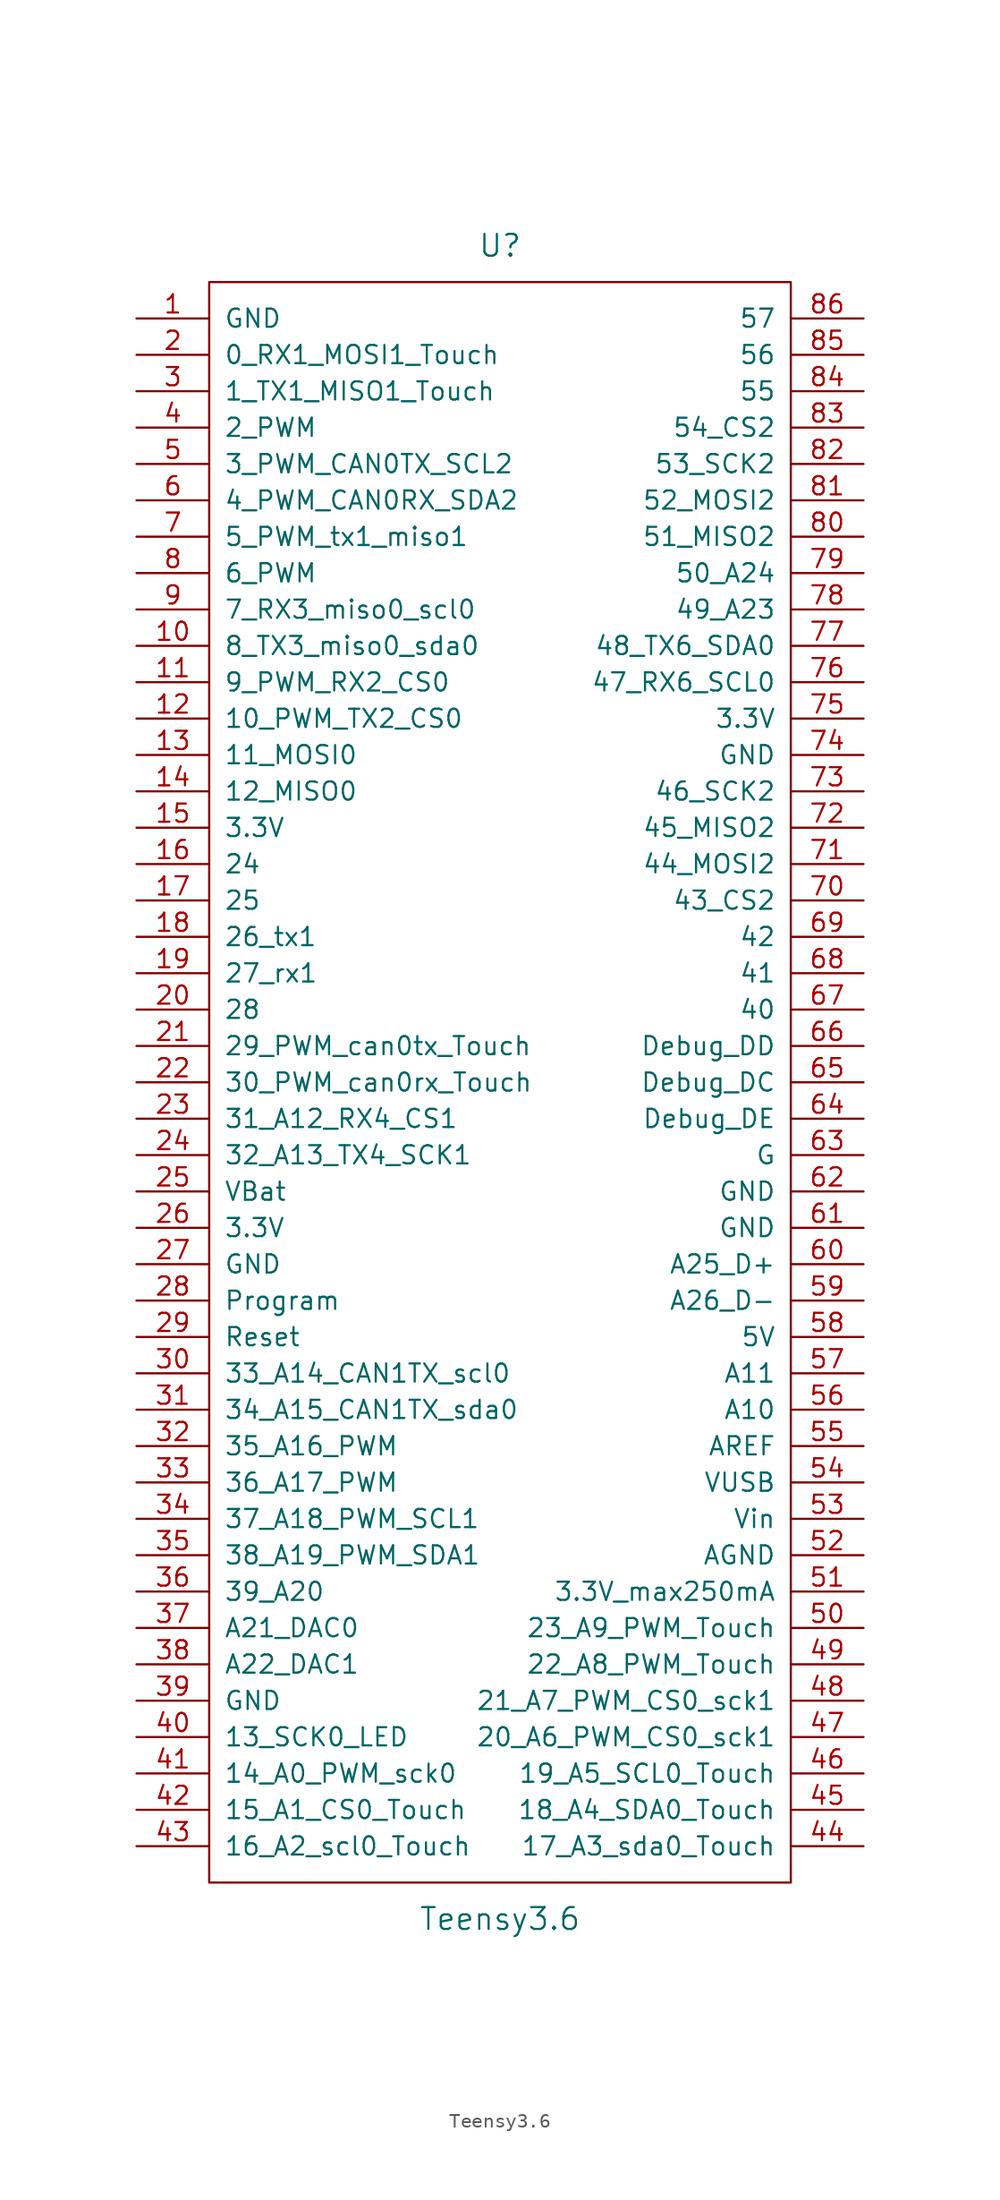
<source format=kicad_sym>
(kicad_symbol_lib
  (version 20211014)
  (generator kicad_symbol_editor)
  (symbol "Teensy3.6"
    (pin_names
      (offset 1.016))
    (property "Reference" "U"
      (at 0 58.42 0)
      (effects (font (size 1.524 1.524))))
    (property "Value" "Teensy3.6"
      (at 0 -58.42 0)
      (effects (font (size 1.524 1.524))))
    (property "Footprint" ""
      (at 0 0 0)
      (effects (font (size 1.524 1.524))))
    (property "Datasheet" ""
      (at 0 0 0)
      (effects (font (size 1.524 1.524))))
    (symbol "Teensy3.6_0_1"
      (rectangle (start -20.32 55.88) (end 20.32 -55.88) (stroke (width 0) (type default)) (fill (type none))))
    (symbol "Teensy3.6_1_1"
      (pin power_in line (at -25.4 53.34 0) (length 5.08) (name "GND" (effects (font (size 1.27 1.27)))) (number "1" (effects (font (size 1.27 1.27)))))
      (pin bidirectional line (at -25.4 30.48 0) (length 5.08) (name "8_TX3_miso0_sda0" (effects (font (size 1.27 1.27)))) (number "10" (effects (font (size 1.27 1.27)))))
      (pin bidirectional line (at -25.4 27.94 0) (length 5.08) (name "9_PWM_RX2_CS0" (effects (font (size 1.27 1.27)))) (number "11" (effects (font (size 1.27 1.27)))))
      (pin bidirectional line (at -25.4 25.4 0) (length 5.08) (name "10_PWM_TX2_CS0" (effects (font (size 1.27 1.27)))) (number "12" (effects (font (size 1.27 1.27)))))
      (pin bidirectional line (at -25.4 22.86 0) (length 5.08) (name "11_MOSI0" (effects (font (size 1.27 1.27)))) (number "13" (effects (font (size 1.27 1.27)))))
      (pin bidirectional line (at -25.4 20.32 0) (length 5.08) (name "12_MISO0" (effects (font (size 1.27 1.27)))) (number "14" (effects (font (size 1.27 1.27)))))
      (pin power_in line (at -25.4 17.78 0) (length 5.08) (name "3.3V" (effects (font (size 1.27 1.27)))) (number "15" (effects (font (size 1.27 1.27)))))
      (pin bidirectional line (at -25.4 15.24 0) (length 5.08) (name "24" (effects (font (size 1.27 1.27)))) (number "16" (effects (font (size 1.27 1.27)))))
      (pin bidirectional line (at -25.4 12.7 0) (length 5.08) (name "25" (effects (font (size 1.27 1.27)))) (number "17" (effects (font (size 1.27 1.27)))))
      (pin bidirectional line (at -25.4 10.16 0) (length 5.08) (name "26_tx1" (effects (font (size 1.27 1.27)))) (number "18" (effects (font (size 1.27 1.27)))))
      (pin bidirectional line (at -25.4 7.62 0) (length 5.08) (name "27_rx1" (effects (font (size 1.27 1.27)))) (number "19" (effects (font (size 1.27 1.27)))))
      (pin bidirectional line (at -25.4 50.8 0) (length 5.08) (name "0_RX1_MOSI1_Touch" (effects (font (size 1.27 1.27)))) (number "2" (effects (font (size 1.27 1.27)))))
      (pin bidirectional line (at -25.4 5.08 0) (length 5.08) (name "28" (effects (font (size 1.27 1.27)))) (number "20" (effects (font (size 1.27 1.27)))))
      (pin bidirectional line (at -25.4 2.54 0) (length 5.08) (name "29_PWM_can0tx_Touch" (effects (font (size 1.27 1.27)))) (number "21" (effects (font (size 1.27 1.27)))))
      (pin bidirectional line (at -25.4 0 0) (length 5.08) (name "30_PWM_can0rx_Touch" (effects (font (size 1.27 1.27)))) (number "22" (effects (font (size 1.27 1.27)))))
      (pin bidirectional line (at -25.4 -2.54 0) (length 5.08) (name "31_A12_RX4_CS1" (effects (font (size 1.27 1.27)))) (number "23" (effects (font (size 1.27 1.27)))))
      (pin bidirectional line (at -25.4 -5.08 0) (length 5.08) (name "32_A13_TX4_SCK1" (effects (font (size 1.27 1.27)))) (number "24" (effects (font (size 1.27 1.27)))))
      (pin power_in line (at -25.4 -7.62 0) (length 5.08) (name "VBat" (effects (font (size 1.27 1.27)))) (number "25" (effects (font (size 1.27 1.27)))))
      (pin power_in line (at -25.4 -10.16 0) (length 5.08) (name "3.3V" (effects (font (size 1.27 1.27)))) (number "26" (effects (font (size 1.27 1.27)))))
      (pin power_in line (at -25.4 -12.7 0) (length 5.08) (name "GND" (effects (font (size 1.27 1.27)))) (number "27" (effects (font (size 1.27 1.27)))))
      (pin input line (at -25.4 -15.24 0) (length 5.08) (name "Program" (effects (font (size 1.27 1.27)))) (number "28" (effects (font (size 1.27 1.27)))))
      (pin input line (at -25.4 -17.78 0) (length 5.08) (name "Reset" (effects (font (size 1.27 1.27)))) (number "29" (effects (font (size 1.27 1.27)))))
      (pin bidirectional line (at -25.4 48.26 0) (length 5.08) (name "1_TX1_MISO1_Touch" (effects (font (size 1.27 1.27)))) (number "3" (effects (font (size 1.27 1.27)))))
      (pin bidirectional line (at -25.4 -20.32 0) (length 5.08) (name "33_A14_CAN1TX_scl0" (effects (font (size 1.27 1.27)))) (number "30" (effects (font (size 1.27 1.27)))))
      (pin bidirectional line (at -25.4 -22.86 0) (length 5.08) (name "34_A15_CAN1TX_sda0" (effects (font (size 1.27 1.27)))) (number "31" (effects (font (size 1.27 1.27)))))
      (pin bidirectional line (at -25.4 -25.4 0) (length 5.08) (name "35_A16_PWM" (effects (font (size 1.27 1.27)))) (number "32" (effects (font (size 1.27 1.27)))))
      (pin bidirectional line (at -25.4 -27.94 0) (length 5.08) (name "36_A17_PWM" (effects (font (size 1.27 1.27)))) (number "33" (effects (font (size 1.27 1.27)))))
      (pin bidirectional line (at -25.4 -30.48 0) (length 5.08) (name "37_A18_PWM_SCL1" (effects (font (size 1.27 1.27)))) (number "34" (effects (font (size 1.27 1.27)))))
      (pin bidirectional line (at -25.4 -33.02 0) (length 5.08) (name "38_A19_PWM_SDA1" (effects (font (size 1.27 1.27)))) (number "35" (effects (font (size 1.27 1.27)))))
      (pin bidirectional line (at -25.4 -35.56 0) (length 5.08) (name "39_A20" (effects (font (size 1.27 1.27)))) (number "36" (effects (font (size 1.27 1.27)))))
      (pin bidirectional line (at -25.4 -38.1 0) (length 5.08) (name "A21_DAC0" (effects (font (size 1.27 1.27)))) (number "37" (effects (font (size 1.27 1.27)))))
      (pin bidirectional line (at -25.4 -40.64 0) (length 5.08) (name "A22_DAC1" (effects (font (size 1.27 1.27)))) (number "38" (effects (font (size 1.27 1.27)))))
      (pin power_in line (at -25.4 -43.18 0) (length 5.08) (name "GND" (effects (font (size 1.27 1.27)))) (number "39" (effects (font (size 1.27 1.27)))))
      (pin bidirectional line (at -25.4 45.72 0) (length 5.08) (name "2_PWM" (effects (font (size 1.27 1.27)))) (number "4" (effects (font (size 1.27 1.27)))))
      (pin bidirectional line (at -25.4 -45.72 0) (length 5.08) (name "13_SCK0_LED" (effects (font (size 1.27 1.27)))) (number "40" (effects (font (size 1.27 1.27)))))
      (pin bidirectional line (at -25.4 -48.26 0) (length 5.08) (name "14_A0_PWM_sck0" (effects (font (size 1.27 1.27)))) (number "41" (effects (font (size 1.27 1.27)))))
      (pin bidirectional line (at -25.4 -50.8 0) (length 5.08) (name "15_A1_CS0_Touch" (effects (font (size 1.27 1.27)))) (number "42" (effects (font (size 1.27 1.27)))))
      (pin bidirectional line (at -25.4 -53.34 0) (length 5.08) (name "16_A2_scl0_Touch" (effects (font (size 1.27 1.27)))) (number "43" (effects (font (size 1.27 1.27)))))
      (pin bidirectional line (at 25.4 -53.34 180) (length 5.08) (name "17_A3_sda0_Touch" (effects (font (size 1.27 1.27)))) (number "44" (effects (font (size 1.27 1.27)))))
      (pin bidirectional line (at 25.4 -50.8 180) (length 5.08) (name "18_A4_SDA0_Touch" (effects (font (size 1.27 1.27)))) (number "45" (effects (font (size 1.27 1.27)))))
      (pin bidirectional line (at 25.4 -48.26 180) (length 5.08) (name "19_A5_SCL0_Touch" (effects (font (size 1.27 1.27)))) (number "46" (effects (font (size 1.27 1.27)))))
      (pin bidirectional line (at 25.4 -45.72 180) (length 5.08) (name "20_A6_PWM_CS0_sck1" (effects (font (size 1.27 1.27)))) (number "47" (effects (font (size 1.27 1.27)))))
      (pin bidirectional line (at 25.4 -43.18 180) (length 5.08) (name "21_A7_PWM_CS0_sck1" (effects (font (size 1.27 1.27)))) (number "48" (effects (font (size 1.27 1.27)))))
      (pin bidirectional line (at 25.4 -40.64 180) (length 5.08) (name "22_A8_PWM_Touch" (effects (font (size 1.27 1.27)))) (number "49" (effects (font (size 1.27 1.27)))))
      (pin bidirectional line (at -25.4 43.18 0) (length 5.08) (name "3_PWM_CAN0TX_SCL2" (effects (font (size 1.27 1.27)))) (number "5" (effects (font (size 1.27 1.27)))))
      (pin bidirectional line (at 25.4 -38.1 180) (length 5.08) (name "23_A9_PWM_Touch" (effects (font (size 1.27 1.27)))) (number "50" (effects (font (size 1.27 1.27)))))
      (pin power_in line (at 25.4 -35.56 180) (length 5.08) (name "3.3V_max250mA" (effects (font (size 1.27 1.27)))) (number "51" (effects (font (size 1.27 1.27)))))
      (pin power_in line (at 25.4 -33.02 180) (length 5.08) (name "AGND" (effects (font (size 1.27 1.27)))) (number "52" (effects (font (size 1.27 1.27)))))
      (pin power_in line (at 25.4 -30.48 180) (length 5.08) (name "Vin" (effects (font (size 1.27 1.27)))) (number "53" (effects (font (size 1.27 1.27)))))
      (pin power_in line (at 25.4 -27.94 180) (length 5.08) (name "VUSB" (effects (font (size 1.27 1.27)))) (number "54" (effects (font (size 1.27 1.27)))))
      (pin input line (at 25.4 -25.4 180) (length 5.08) (name "AREF" (effects (font (size 1.27 1.27)))) (number "55" (effects (font (size 1.27 1.27)))))
      (pin bidirectional line (at 25.4 -22.86 180) (length 5.08) (name "A10" (effects (font (size 1.27 1.27)))) (number "56" (effects (font (size 1.27 1.27)))))
      (pin bidirectional line (at 25.4 -20.32 180) (length 5.08) (name "A11" (effects (font (size 1.27 1.27)))) (number "57" (effects (font (size 1.27 1.27)))))
      (pin power_in line (at 25.4 -17.78 180) (length 5.08) (name "5V" (effects (font (size 1.27 1.27)))) (number "58" (effects (font (size 1.27 1.27)))))
      (pin bidirectional line (at 25.4 -15.24 180) (length 5.08) (name "A26_D-" (effects (font (size 1.27 1.27)))) (number "59" (effects (font (size 1.27 1.27)))))
      (pin bidirectional line (at -25.4 40.64 0) (length 5.08) (name "4_PWM_CAN0RX_SDA2" (effects (font (size 1.27 1.27)))) (number "6" (effects (font (size 1.27 1.27)))))
      (pin bidirectional line (at 25.4 -12.7 180) (length 5.08) (name "A25_D+" (effects (font (size 1.27 1.27)))) (number "60" (effects (font (size 1.27 1.27)))))
      (pin power_in line (at 25.4 -10.16 180) (length 5.08) (name "GND" (effects (font (size 1.27 1.27)))) (number "61" (effects (font (size 1.27 1.27)))))
      (pin power_in line (at 25.4 -7.62 180) (length 5.08) (name "GND" (effects (font (size 1.27 1.27)))) (number "62" (effects (font (size 1.27 1.27)))))
      (pin power_in line (at 25.4 -5.08 180) (length 5.08) (name "G" (effects (font (size 1.27 1.27)))) (number "63" (effects (font (size 1.27 1.27)))))
      (pin input line (at 25.4 -2.54 180) (length 5.08) (name "Debug_DE" (effects (font (size 1.27 1.27)))) (number "64" (effects (font (size 1.27 1.27)))))
      (pin input line (at 25.4 0 180) (length 5.08) (name "Debug_DC" (effects (font (size 1.27 1.27)))) (number "65" (effects (font (size 1.27 1.27)))))
      (pin input line (at 25.4 2.54 180) (length 5.08) (name "Debug_DD" (effects (font (size 1.27 1.27)))) (number "66" (effects (font (size 1.27 1.27)))))
      (pin bidirectional line (at 25.4 5.08 180) (length 5.08) (name "40" (effects (font (size 1.27 1.27)))) (number "67" (effects (font (size 1.27 1.27)))))
      (pin bidirectional line (at 25.4 7.62 180) (length 5.08) (name "41" (effects (font (size 1.27 1.27)))) (number "68" (effects (font (size 1.27 1.27)))))
      (pin bidirectional line (at 25.4 10.16 180) (length 5.08) (name "42" (effects (font (size 1.27 1.27)))) (number "69" (effects (font (size 1.27 1.27)))))
      (pin bidirectional line (at -25.4 38.1 0) (length 5.08) (name "5_PWM_tx1_miso1" (effects (font (size 1.27 1.27)))) (number "7" (effects (font (size 1.27 1.27)))))
      (pin bidirectional line (at 25.4 12.7 180) (length 5.08) (name "43_CS2" (effects (font (size 1.27 1.27)))) (number "70" (effects (font (size 1.27 1.27)))))
      (pin bidirectional line (at 25.4 15.24 180) (length 5.08) (name "44_MOSI2" (effects (font (size 1.27 1.27)))) (number "71" (effects (font (size 1.27 1.27)))))
      (pin bidirectional line (at 25.4 17.78 180) (length 5.08) (name "45_MISO2" (effects (font (size 1.27 1.27)))) (number "72" (effects (font (size 1.27 1.27)))))
      (pin bidirectional line (at 25.4 20.32 180) (length 5.08) (name "46_SCK2" (effects (font (size 1.27 1.27)))) (number "73" (effects (font (size 1.27 1.27)))))
      (pin power_in line (at 25.4 22.86 180) (length 5.08) (name "GND" (effects (font (size 1.27 1.27)))) (number "74" (effects (font (size 1.27 1.27)))))
      (pin power_in line (at 25.4 25.4 180) (length 5.08) (name "3.3V" (effects (font (size 1.27 1.27)))) (number "75" (effects (font (size 1.27 1.27)))))
      (pin bidirectional line (at 25.4 27.94 180) (length 5.08) (name "47_RX6_SCL0" (effects (font (size 1.27 1.27)))) (number "76" (effects (font (size 1.27 1.27)))))
      (pin bidirectional line (at 25.4 30.48 180) (length 5.08) (name "48_TX6_SDA0" (effects (font (size 1.27 1.27)))) (number "77" (effects (font (size 1.27 1.27)))))
      (pin bidirectional line (at 25.4 33.02 180) (length 5.08) (name "49_A23" (effects (font (size 1.27 1.27)))) (number "78" (effects (font (size 1.27 1.27)))))
      (pin bidirectional line (at 25.4 35.56 180) (length 5.08) (name "50_A24" (effects (font (size 1.27 1.27)))) (number "79" (effects (font (size 1.27 1.27)))))
      (pin bidirectional line (at -25.4 35.56 0) (length 5.08) (name "6_PWM" (effects (font (size 1.27 1.27)))) (number "8" (effects (font (size 1.27 1.27)))))
      (pin bidirectional line (at 25.4 38.1 180) (length 5.08) (name "51_MISO2" (effects (font (size 1.27 1.27)))) (number "80" (effects (font (size 1.27 1.27)))))
      (pin bidirectional line (at 25.4 40.64 180) (length 5.08) (name "52_MOSI2" (effects (font (size 1.27 1.27)))) (number "81" (effects (font (size 1.27 1.27)))))
      (pin bidirectional line (at 25.4 43.18 180) (length 5.08) (name "53_SCK2" (effects (font (size 1.27 1.27)))) (number "82" (effects (font (size 1.27 1.27)))))
      (pin bidirectional line (at 25.4 45.72 180) (length 5.08) (name "54_CS2" (effects (font (size 1.27 1.27)))) (number "83" (effects (font (size 1.27 1.27)))))
      (pin bidirectional line (at 25.4 48.26 180) (length 5.08) (name "55" (effects (font (size 1.27 1.27)))) (number "84" (effects (font (size 1.27 1.27)))))
      (pin bidirectional line (at 25.4 50.8 180) (length 5.08) (name "56" (effects (font (size 1.27 1.27)))) (number "85" (effects (font (size 1.27 1.27)))))
      (pin bidirectional line (at 25.4 53.34 180) (length 5.08) (name "57" (effects (font (size 1.27 1.27)))) (number "86" (effects (font (size 1.27 1.27)))))
      (pin bidirectional line (at -25.4 33.02 0) (length 5.08) (name "7_RX3_miso0_scl0" (effects (font (size 1.27 1.27)))) (number "9" (effects (font (size 1.27 1.27))))))))
</source>
